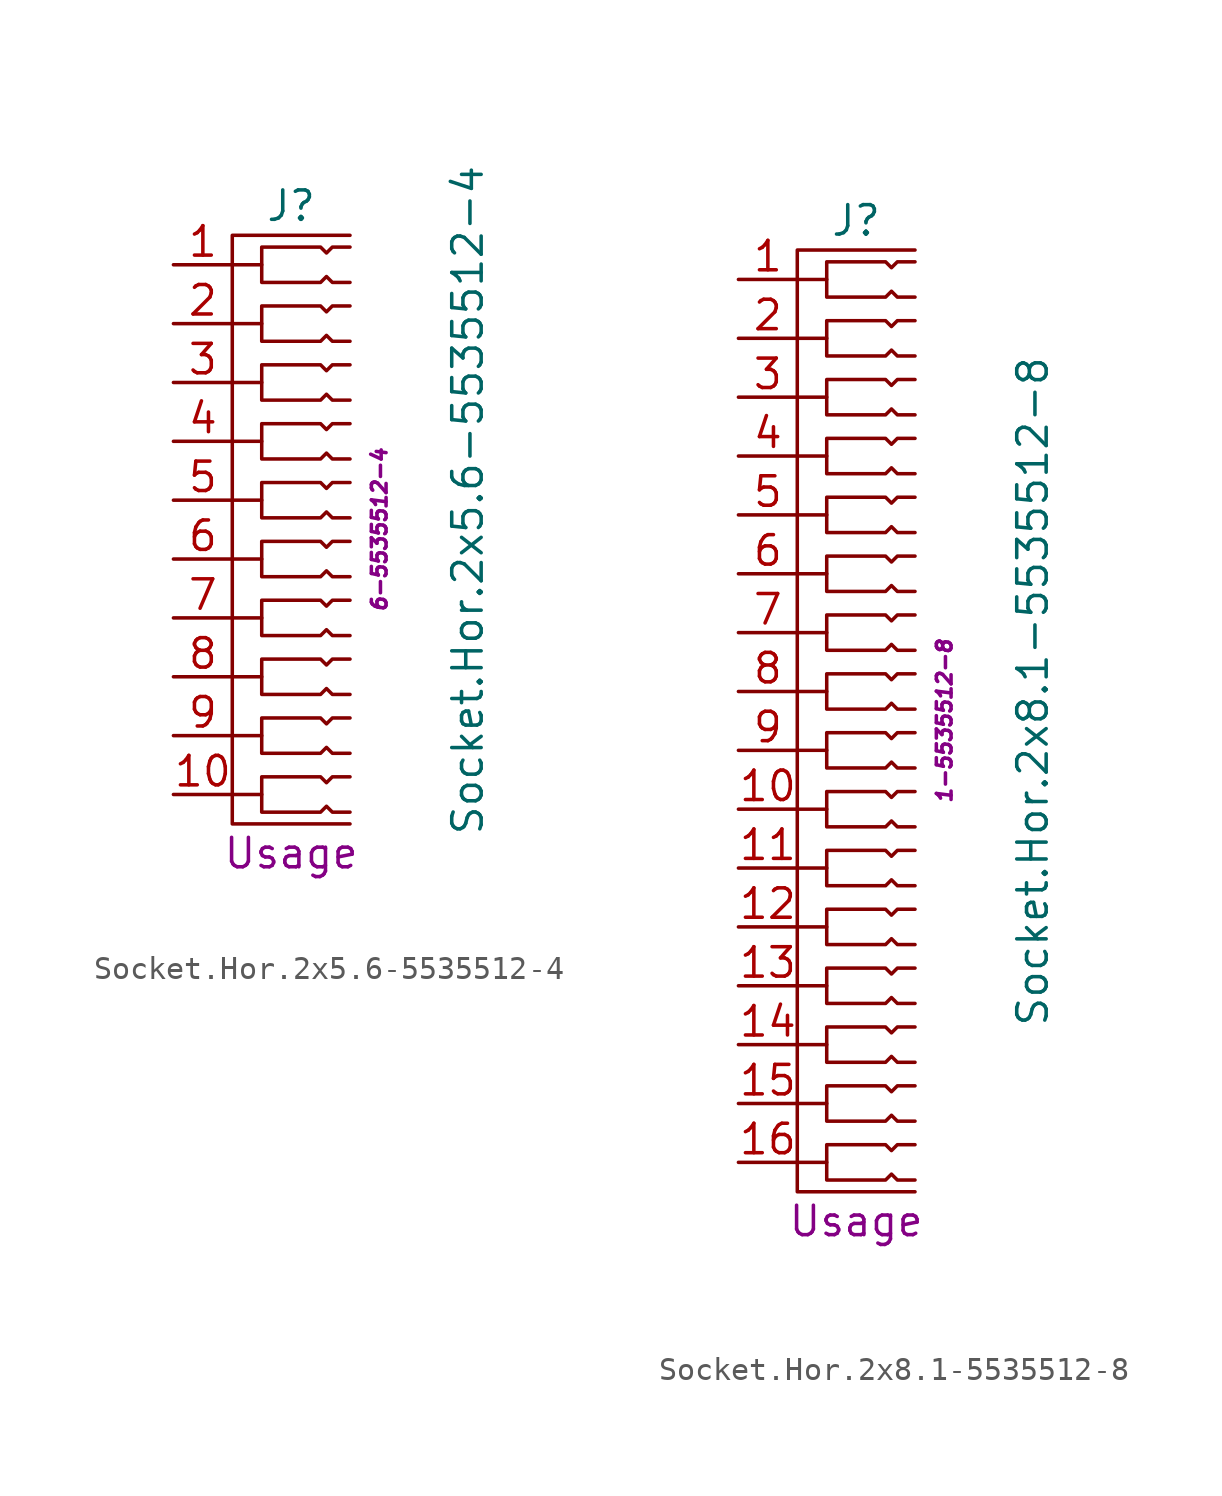
<source format=kicad_sym>
(kicad_symbol_lib
  (version 20211014)
  (generator kicad_symbol_editor)
  (symbol "Socket.Hor.2x5.6-5535512-4"
    (pin_names hide)
    (property "Reference" "J"
      (at 2.54 12.7 0)
      (effects (font (size 1.27 1.27))))
    (property "Value" "Socket.Hor.2x5.6-5535512-4"
      (at 10.16 0 90)
      (effects (font (size 1.27 1.27))))
    (property "Usage" "Usage"
      (at 2.54 -15.24 0)
      (effects (font (size 1.27 1.27))))
    (property "ID" "6-5535512-4"
      (at 6.35 -1.27 90)
      (effects (font (size 0.635 0.635) italic)))
    (symbol "Socket.Hor.2x5.6-5535512-4_0_1"
      (polyline (pts (xy 1.27 -12.7) (xy 0 -12.7)) (stroke (width 0.152) (type default) (color 0 0 0 0)) (fill (type none)))
      (polyline (pts (xy 1.27 -10.16) (xy 0 -10.16)) (stroke (width 0.152) (type default) (color 0 0 0 0)) (fill (type none)))
      (polyline (pts (xy 1.27 -7.62) (xy 0 -7.62)) (stroke (width 0.152) (type default) (color 0 0 0 0)) (fill (type none)))
      (polyline (pts (xy 1.27 -5.08) (xy 0 -5.08)) (stroke (width 0.152) (type default) (color 0 0 0 0)) (fill (type none)))
      (polyline (pts (xy 1.27 -2.54) (xy 0 -2.54)) (stroke (width 0.152) (type default) (color 0 0 0 0)) (fill (type none)))
      (polyline (pts (xy 1.27 0) (xy 0 0)) (stroke (width 0.152) (type default) (color 0 0 0 0)) (fill (type none)))
      (polyline (pts (xy 1.27 2.54) (xy 0 2.54)) (stroke (width 0.152) (type default) (color 0 0 0 0)) (fill (type none)))
      (polyline (pts (xy 1.27 5.08) (xy 0 5.08)) (stroke (width 0.152) (type default) (color 0 0 0 0)) (fill (type none)))
      (polyline (pts (xy 1.27 7.62) (xy 0 7.62)) (stroke (width 0.152) (type default) (color 0 0 0 0)) (fill (type none)))
      (polyline (pts (xy 1.27 10.16) (xy 0 10.16)) (stroke (width 0.152) (type default) (color 0 0 0 0)) (fill (type none)))
      (polyline (pts (xy 5.08 11.43) (xy 0 11.43) (xy 0 -13.97) (xy 5.08 -13.97)) (stroke (width 0.152) (type default) (color 0 0 0 0)) (fill (type none)))
      (polyline (pts (xy 5.08 -11.938) (xy 4.318 -11.938) (xy 4.064 -12.192) (xy 3.81 -11.938) (xy 1.27 -11.938) (xy 1.27 -13.462) (xy 3.81 -13.462) (xy 4.064 -13.208) (xy 4.318 -13.462) (xy 5.08 -13.462)) (stroke (width 0.152) (type default) (color 0 0 0 0)) (fill (type none)))
      (polyline (pts (xy 5.08 -9.398) (xy 4.318 -9.398) (xy 4.064 -9.652) (xy 3.81 -9.398) (xy 1.27 -9.398) (xy 1.27 -10.922) (xy 3.81 -10.922) (xy 4.064 -10.668) (xy 4.318 -10.922) (xy 5.08 -10.922)) (stroke (width 0.152) (type default) (color 0 0 0 0)) (fill (type none)))
      (polyline (pts (xy 5.08 -6.858) (xy 4.318 -6.858) (xy 4.064 -7.112) (xy 3.81 -6.858) (xy 1.27 -6.858) (xy 1.27 -8.382) (xy 3.81 -8.382) (xy 4.064 -8.128) (xy 4.318 -8.382) (xy 5.08 -8.382)) (stroke (width 0.152) (type default) (color 0 0 0 0)) (fill (type none)))
      (polyline (pts (xy 5.08 -4.318) (xy 4.318 -4.318) (xy 4.064 -4.572) (xy 3.81 -4.318) (xy 1.27 -4.318) (xy 1.27 -5.842) (xy 3.81 -5.842) (xy 4.064 -5.588) (xy 4.318 -5.842) (xy 5.08 -5.842)) (stroke (width 0.152) (type default) (color 0 0 0 0)) (fill (type none)))
      (polyline (pts (xy 5.08 -1.778) (xy 4.318 -1.778) (xy 4.064 -2.032) (xy 3.81 -1.778) (xy 1.27 -1.778) (xy 1.27 -3.302) (xy 3.81 -3.302) (xy 4.064 -3.048) (xy 4.318 -3.302) (xy 5.08 -3.302)) (stroke (width 0.152) (type default) (color 0 0 0 0)) (fill (type none)))
      (polyline (pts (xy 5.08 0.762) (xy 4.318 0.762) (xy 4.064 0.508) (xy 3.81 0.762) (xy 1.27 0.762) (xy 1.27 -0.762) (xy 3.81 -0.762) (xy 4.064 -0.508) (xy 4.318 -0.762) (xy 5.08 -0.762)) (stroke (width 0.152) (type default) (color 0 0 0 0)) (fill (type none)))
      (polyline (pts (xy 5.08 3.302) (xy 4.318 3.302) (xy 4.064 3.048) (xy 3.81 3.302) (xy 1.27 3.302) (xy 1.27 1.778) (xy 3.81 1.778) (xy 4.064 2.032) (xy 4.318 1.778) (xy 5.08 1.778)) (stroke (width 0.152) (type default) (color 0 0 0 0)) (fill (type none)))
      (polyline (pts (xy 5.08 5.842) (xy 4.318 5.842) (xy 4.064 5.588) (xy 3.81 5.842) (xy 1.27 5.842) (xy 1.27 4.318) (xy 3.81 4.318) (xy 4.064 4.572) (xy 4.318 4.318) (xy 5.08 4.318)) (stroke (width 0.152) (type default) (color 0 0 0 0)) (fill (type none)))
      (polyline (pts (xy 5.08 8.382) (xy 4.318 8.382) (xy 4.064 8.128) (xy 3.81 8.382) (xy 1.27 8.382) (xy 1.27 6.858) (xy 3.81 6.858) (xy 4.064 7.112) (xy 4.318 6.858) (xy 5.08 6.858)) (stroke (width 0.152) (type default) (color 0 0 0 0)) (fill (type none)))
      (polyline (pts (xy 5.08 10.922) (xy 4.318 10.922) (xy 4.064 10.668) (xy 3.81 10.922) (xy 1.27 10.922) (xy 1.27 9.398) (xy 3.81 9.398) (xy 4.064 9.652) (xy 4.318 9.398) (xy 5.08 9.398)) (stroke (width 0.152) (type default) (color 0 0 0 0)) (fill (type none))))
    (symbol "Socket.Hor.2x5.6-5535512-4_1_1"
      (pin passive line (at -2.54 10.16 0) (length 2.54) (name "1" (effects (font (size 1.27 1.27)))) (number "1" (effects (font (size 1.27 1.27)))))
      (pin passive line (at -2.54 -12.7 0) (length 2.54) (name "10" (effects (font (size 1.27 1.27)))) (number "10" (effects (font (size 1.27 1.27)))))
      (pin passive line (at -2.54 7.62 0) (length 2.54) (name "2" (effects (font (size 1.27 1.27)))) (number "2" (effects (font (size 1.27 1.27)))))
      (pin passive line (at -2.54 5.08 0) (length 2.54) (name "3" (effects (font (size 1.27 1.27)))) (number "3" (effects (font (size 1.27 1.27)))))
      (pin passive line (at -2.54 2.54 0) (length 2.54) (name "4" (effects (font (size 1.27 1.27)))) (number "4" (effects (font (size 1.27 1.27)))))
      (pin passive line (at -2.54 0 0) (length 2.54) (name "5" (effects (font (size 1.27 1.27)))) (number "5" (effects (font (size 1.27 1.27)))))
      (pin passive line (at -2.54 -2.54 0) (length 2.54) (name "6" (effects (font (size 1.27 1.27)))) (number "6" (effects (font (size 1.27 1.27)))))
      (pin passive line (at -2.54 -5.08 0) (length 2.54) (name "7" (effects (font (size 1.27 1.27)))) (number "7" (effects (font (size 1.27 1.27)))))
      (pin passive line (at -2.54 -7.62 0) (length 2.54) (name "8" (effects (font (size 1.27 1.27)))) (number "8" (effects (font (size 1.27 1.27)))))
      (pin passive line (at -2.54 -10.16 0) (length 2.54) (name "9" (effects (font (size 1.27 1.27)))) (number "9" (effects (font (size 1.27 1.27)))))))
  (symbol "Socket.Hor.2x8.1-5535512-8"
    (pin_names hide)
    (property "Reference" "J"
      (at 2.54 20.32 0)
      (effects (font (size 1.27 1.27))))
    (property "Value" "Socket.Hor.2x8.1-5535512-8"
      (at 10.16 0 90)
      (effects (font (size 1.27 1.27))))
    (property "Usage" "Usage"
      (at 2.54 -22.86 0)
      (effects (font (size 1.27 1.27))))
    (property "ID" "1-5535512-8"
      (at 6.35 -1.27 90)
      (effects (font (size 0.635 0.635) italic)))
    (symbol "Socket.Hor.2x8.1-5535512-8_0_1"
      (polyline (pts (xy 1.27 -20.32) (xy 0 -20.32)) (stroke (width 0.152) (type default) (color 0 0 0 0)) (fill (type none)))
      (polyline (pts (xy 1.27 -17.78) (xy 0 -17.78)) (stroke (width 0.152) (type default) (color 0 0 0 0)) (fill (type none)))
      (polyline (pts (xy 1.27 -15.24) (xy 0 -15.24)) (stroke (width 0.152) (type default) (color 0 0 0 0)) (fill (type none)))
      (polyline (pts (xy 1.27 -12.7) (xy 0 -12.7)) (stroke (width 0.152) (type default) (color 0 0 0 0)) (fill (type none)))
      (polyline (pts (xy 1.27 -10.16) (xy 0 -10.16)) (stroke (width 0.152) (type default) (color 0 0 0 0)) (fill (type none)))
      (polyline (pts (xy 1.27 -7.62) (xy 0 -7.62)) (stroke (width 0.152) (type default) (color 0 0 0 0)) (fill (type none)))
      (polyline (pts (xy 1.27 -5.08) (xy 0 -5.08)) (stroke (width 0.152) (type default) (color 0 0 0 0)) (fill (type none)))
      (polyline (pts (xy 1.27 -2.54) (xy 0 -2.54)) (stroke (width 0.152) (type default) (color 0 0 0 0)) (fill (type none)))
      (polyline (pts (xy 1.27 0) (xy 0 0)) (stroke (width 0.152) (type default) (color 0 0 0 0)) (fill (type none)))
      (polyline (pts (xy 1.27 2.54) (xy 0 2.54)) (stroke (width 0.152) (type default) (color 0 0 0 0)) (fill (type none)))
      (polyline (pts (xy 1.27 5.08) (xy 0 5.08)) (stroke (width 0.152) (type default) (color 0 0 0 0)) (fill (type none)))
      (polyline (pts (xy 1.27 7.62) (xy 0 7.62)) (stroke (width 0.152) (type default) (color 0 0 0 0)) (fill (type none)))
      (polyline (pts (xy 1.27 10.16) (xy 0 10.16)) (stroke (width 0.152) (type default) (color 0 0 0 0)) (fill (type none)))
      (polyline (pts (xy 1.27 12.7) (xy 0 12.7)) (stroke (width 0.152) (type default) (color 0 0 0 0)) (fill (type none)))
      (polyline (pts (xy 1.27 15.24) (xy 0 15.24)) (stroke (width 0.152) (type default) (color 0 0 0 0)) (fill (type none)))
      (polyline (pts (xy 1.27 17.78) (xy 0 17.78)) (stroke (width 0.152) (type default) (color 0 0 0 0)) (fill (type none)))
      (polyline (pts (xy 5.08 19.05) (xy 0 19.05) (xy 0 -21.59) (xy 5.08 -21.59)) (stroke (width 0.152) (type default) (color 0 0 0 0)) (fill (type none)))
      (polyline (pts (xy 5.08 -19.558) (xy 4.318 -19.558) (xy 4.064 -19.812) (xy 3.81 -19.558) (xy 1.27 -19.558) (xy 1.27 -21.082) (xy 3.81 -21.082) (xy 4.064 -20.828) (xy 4.318 -21.082) (xy 5.08 -21.082)) (stroke (width 0.152) (type default) (color 0 0 0 0)) (fill (type none)))
      (polyline (pts (xy 5.08 -17.018) (xy 4.318 -17.018) (xy 4.064 -17.272) (xy 3.81 -17.018) (xy 1.27 -17.018) (xy 1.27 -18.542) (xy 3.81 -18.542) (xy 4.064 -18.288) (xy 4.318 -18.542) (xy 5.08 -18.542)) (stroke (width 0.152) (type default) (color 0 0 0 0)) (fill (type none)))
      (polyline (pts (xy 5.08 -14.478) (xy 4.318 -14.478) (xy 4.064 -14.732) (xy 3.81 -14.478) (xy 1.27 -14.478) (xy 1.27 -16.002) (xy 3.81 -16.002) (xy 4.064 -15.748) (xy 4.318 -16.002) (xy 5.08 -16.002)) (stroke (width 0.152) (type default) (color 0 0 0 0)) (fill (type none)))
      (polyline (pts (xy 5.08 -11.938) (xy 4.318 -11.938) (xy 4.064 -12.192) (xy 3.81 -11.938) (xy 1.27 -11.938) (xy 1.27 -13.462) (xy 3.81 -13.462) (xy 4.064 -13.208) (xy 4.318 -13.462) (xy 5.08 -13.462)) (stroke (width 0.152) (type default) (color 0 0 0 0)) (fill (type none)))
      (polyline (pts (xy 5.08 -9.398) (xy 4.318 -9.398) (xy 4.064 -9.652) (xy 3.81 -9.398) (xy 1.27 -9.398) (xy 1.27 -10.922) (xy 3.81 -10.922) (xy 4.064 -10.668) (xy 4.318 -10.922) (xy 5.08 -10.922)) (stroke (width 0.152) (type default) (color 0 0 0 0)) (fill (type none)))
      (polyline (pts (xy 5.08 -6.858) (xy 4.318 -6.858) (xy 4.064 -7.112) (xy 3.81 -6.858) (xy 1.27 -6.858) (xy 1.27 -8.382) (xy 3.81 -8.382) (xy 4.064 -8.128) (xy 4.318 -8.382) (xy 5.08 -8.382)) (stroke (width 0.152) (type default) (color 0 0 0 0)) (fill (type none)))
      (polyline (pts (xy 5.08 -4.318) (xy 4.318 -4.318) (xy 4.064 -4.572) (xy 3.81 -4.318) (xy 1.27 -4.318) (xy 1.27 -5.842) (xy 3.81 -5.842) (xy 4.064 -5.588) (xy 4.318 -5.842) (xy 5.08 -5.842)) (stroke (width 0.152) (type default) (color 0 0 0 0)) (fill (type none)))
      (polyline (pts (xy 5.08 -1.778) (xy 4.318 -1.778) (xy 4.064 -2.032) (xy 3.81 -1.778) (xy 1.27 -1.778) (xy 1.27 -3.302) (xy 3.81 -3.302) (xy 4.064 -3.048) (xy 4.318 -3.302) (xy 5.08 -3.302)) (stroke (width 0.152) (type default) (color 0 0 0 0)) (fill (type none)))
      (polyline (pts (xy 5.08 0.762) (xy 4.318 0.762) (xy 4.064 0.508) (xy 3.81 0.762) (xy 1.27 0.762) (xy 1.27 -0.762) (xy 3.81 -0.762) (xy 4.064 -0.508) (xy 4.318 -0.762) (xy 5.08 -0.762)) (stroke (width 0.152) (type default) (color 0 0 0 0)) (fill (type none)))
      (polyline (pts (xy 5.08 3.302) (xy 4.318 3.302) (xy 4.064 3.048) (xy 3.81 3.302) (xy 1.27 3.302) (xy 1.27 1.778) (xy 3.81 1.778) (xy 4.064 2.032) (xy 4.318 1.778) (xy 5.08 1.778)) (stroke (width 0.152) (type default) (color 0 0 0 0)) (fill (type none)))
      (polyline (pts (xy 5.08 5.842) (xy 4.318 5.842) (xy 4.064 5.588) (xy 3.81 5.842) (xy 1.27 5.842) (xy 1.27 4.318) (xy 3.81 4.318) (xy 4.064 4.572) (xy 4.318 4.318) (xy 5.08 4.318)) (stroke (width 0.152) (type default) (color 0 0 0 0)) (fill (type none)))
      (polyline (pts (xy 5.08 8.382) (xy 4.318 8.382) (xy 4.064 8.128) (xy 3.81 8.382) (xy 1.27 8.382) (xy 1.27 6.858) (xy 3.81 6.858) (xy 4.064 7.112) (xy 4.318 6.858) (xy 5.08 6.858)) (stroke (width 0.152) (type default) (color 0 0 0 0)) (fill (type none)))
      (polyline (pts (xy 5.08 10.922) (xy 4.318 10.922) (xy 4.064 10.668) (xy 3.81 10.922) (xy 1.27 10.922) (xy 1.27 9.398) (xy 3.81 9.398) (xy 4.064 9.652) (xy 4.318 9.398) (xy 5.08 9.398)) (stroke (width 0.152) (type default) (color 0 0 0 0)) (fill (type none)))
      (polyline (pts (xy 5.08 13.462) (xy 4.318 13.462) (xy 4.064 13.208) (xy 3.81 13.462) (xy 1.27 13.462) (xy 1.27 11.938) (xy 3.81 11.938) (xy 4.064 12.192) (xy 4.318 11.938) (xy 5.08 11.938)) (stroke (width 0.152) (type default) (color 0 0 0 0)) (fill (type none)))
      (polyline (pts (xy 5.08 16.002) (xy 4.318 16.002) (xy 4.064 15.748) (xy 3.81 16.002) (xy 1.27 16.002) (xy 1.27 14.478) (xy 3.81 14.478) (xy 4.064 14.732) (xy 4.318 14.478) (xy 5.08 14.478)) (stroke (width 0.152) (type default) (color 0 0 0 0)) (fill (type none)))
      (polyline (pts (xy 5.08 18.542) (xy 4.318 18.542) (xy 4.064 18.288) (xy 3.81 18.542) (xy 1.27 18.542) (xy 1.27 17.018) (xy 3.81 17.018) (xy 4.064 17.272) (xy 4.318 17.018) (xy 5.08 17.018)) (stroke (width 0.152) (type default) (color 0 0 0 0)) (fill (type none))))
    (symbol "Socket.Hor.2x8.1-5535512-8_1_1"
      (pin passive line (at -2.54 17.78 0) (length 2.54) (name "1" (effects (font (size 1.27 1.27)))) (number "1" (effects (font (size 1.27 1.27)))))
      (pin passive line (at -2.54 -5.08 0) (length 2.54) (name "10" (effects (font (size 1.27 1.27)))) (number "10" (effects (font (size 1.27 1.27)))))
      (pin passive line (at -2.54 -7.62 0) (length 2.54) (name "11" (effects (font (size 1.27 1.27)))) (number "11" (effects (font (size 1.27 1.27)))))
      (pin passive line (at -2.54 -10.16 0) (length 2.54) (name "12" (effects (font (size 1.27 1.27)))) (number "12" (effects (font (size 1.27 1.27)))))
      (pin passive line (at -2.54 -12.7 0) (length 2.54) (name "13" (effects (font (size 1.27 1.27)))) (number "13" (effects (font (size 1.27 1.27)))))
      (pin passive line (at -2.54 -15.24 0) (length 2.54) (name "14" (effects (font (size 1.27 1.27)))) (number "14" (effects (font (size 1.27 1.27)))))
      (pin passive line (at -2.54 -17.78 0) (length 2.54) (name "15" (effects (font (size 1.27 1.27)))) (number "15" (effects (font (size 1.27 1.27)))))
      (pin passive line (at -2.54 -20.32 0) (length 2.54) (name "16" (effects (font (size 1.27 1.27)))) (number "16" (effects (font (size 1.27 1.27)))))
      (pin passive line (at -2.54 15.24 0) (length 2.54) (name "2" (effects (font (size 1.27 1.27)))) (number "2" (effects (font (size 1.27 1.27)))))
      (pin passive line (at -2.54 12.7 0) (length 2.54) (name "3" (effects (font (size 1.27 1.27)))) (number "3" (effects (font (size 1.27 1.27)))))
      (pin passive line (at -2.54 10.16 0) (length 2.54) (name "4" (effects (font (size 1.27 1.27)))) (number "4" (effects (font (size 1.27 1.27)))))
      (pin passive line (at -2.54 7.62 0) (length 2.54) (name "5" (effects (font (size 1.27 1.27)))) (number "5" (effects (font (size 1.27 1.27)))))
      (pin passive line (at -2.54 5.08 0) (length 2.54) (name "6" (effects (font (size 1.27 1.27)))) (number "6" (effects (font (size 1.27 1.27)))))
      (pin passive line (at -2.54 2.54 0) (length 2.54) (name "7" (effects (font (size 1.27 1.27)))) (number "7" (effects (font (size 1.27 1.27)))))
      (pin passive line (at -2.54 0 0) (length 2.54) (name "8" (effects (font (size 1.27 1.27)))) (number "8" (effects (font (size 1.27 1.27)))))
      (pin passive line (at -2.54 -2.54 0) (length 2.54) (name "9" (effects (font (size 1.27 1.27)))) (number "9" (effects (font (size 1.27 1.27))))))))
</source>
